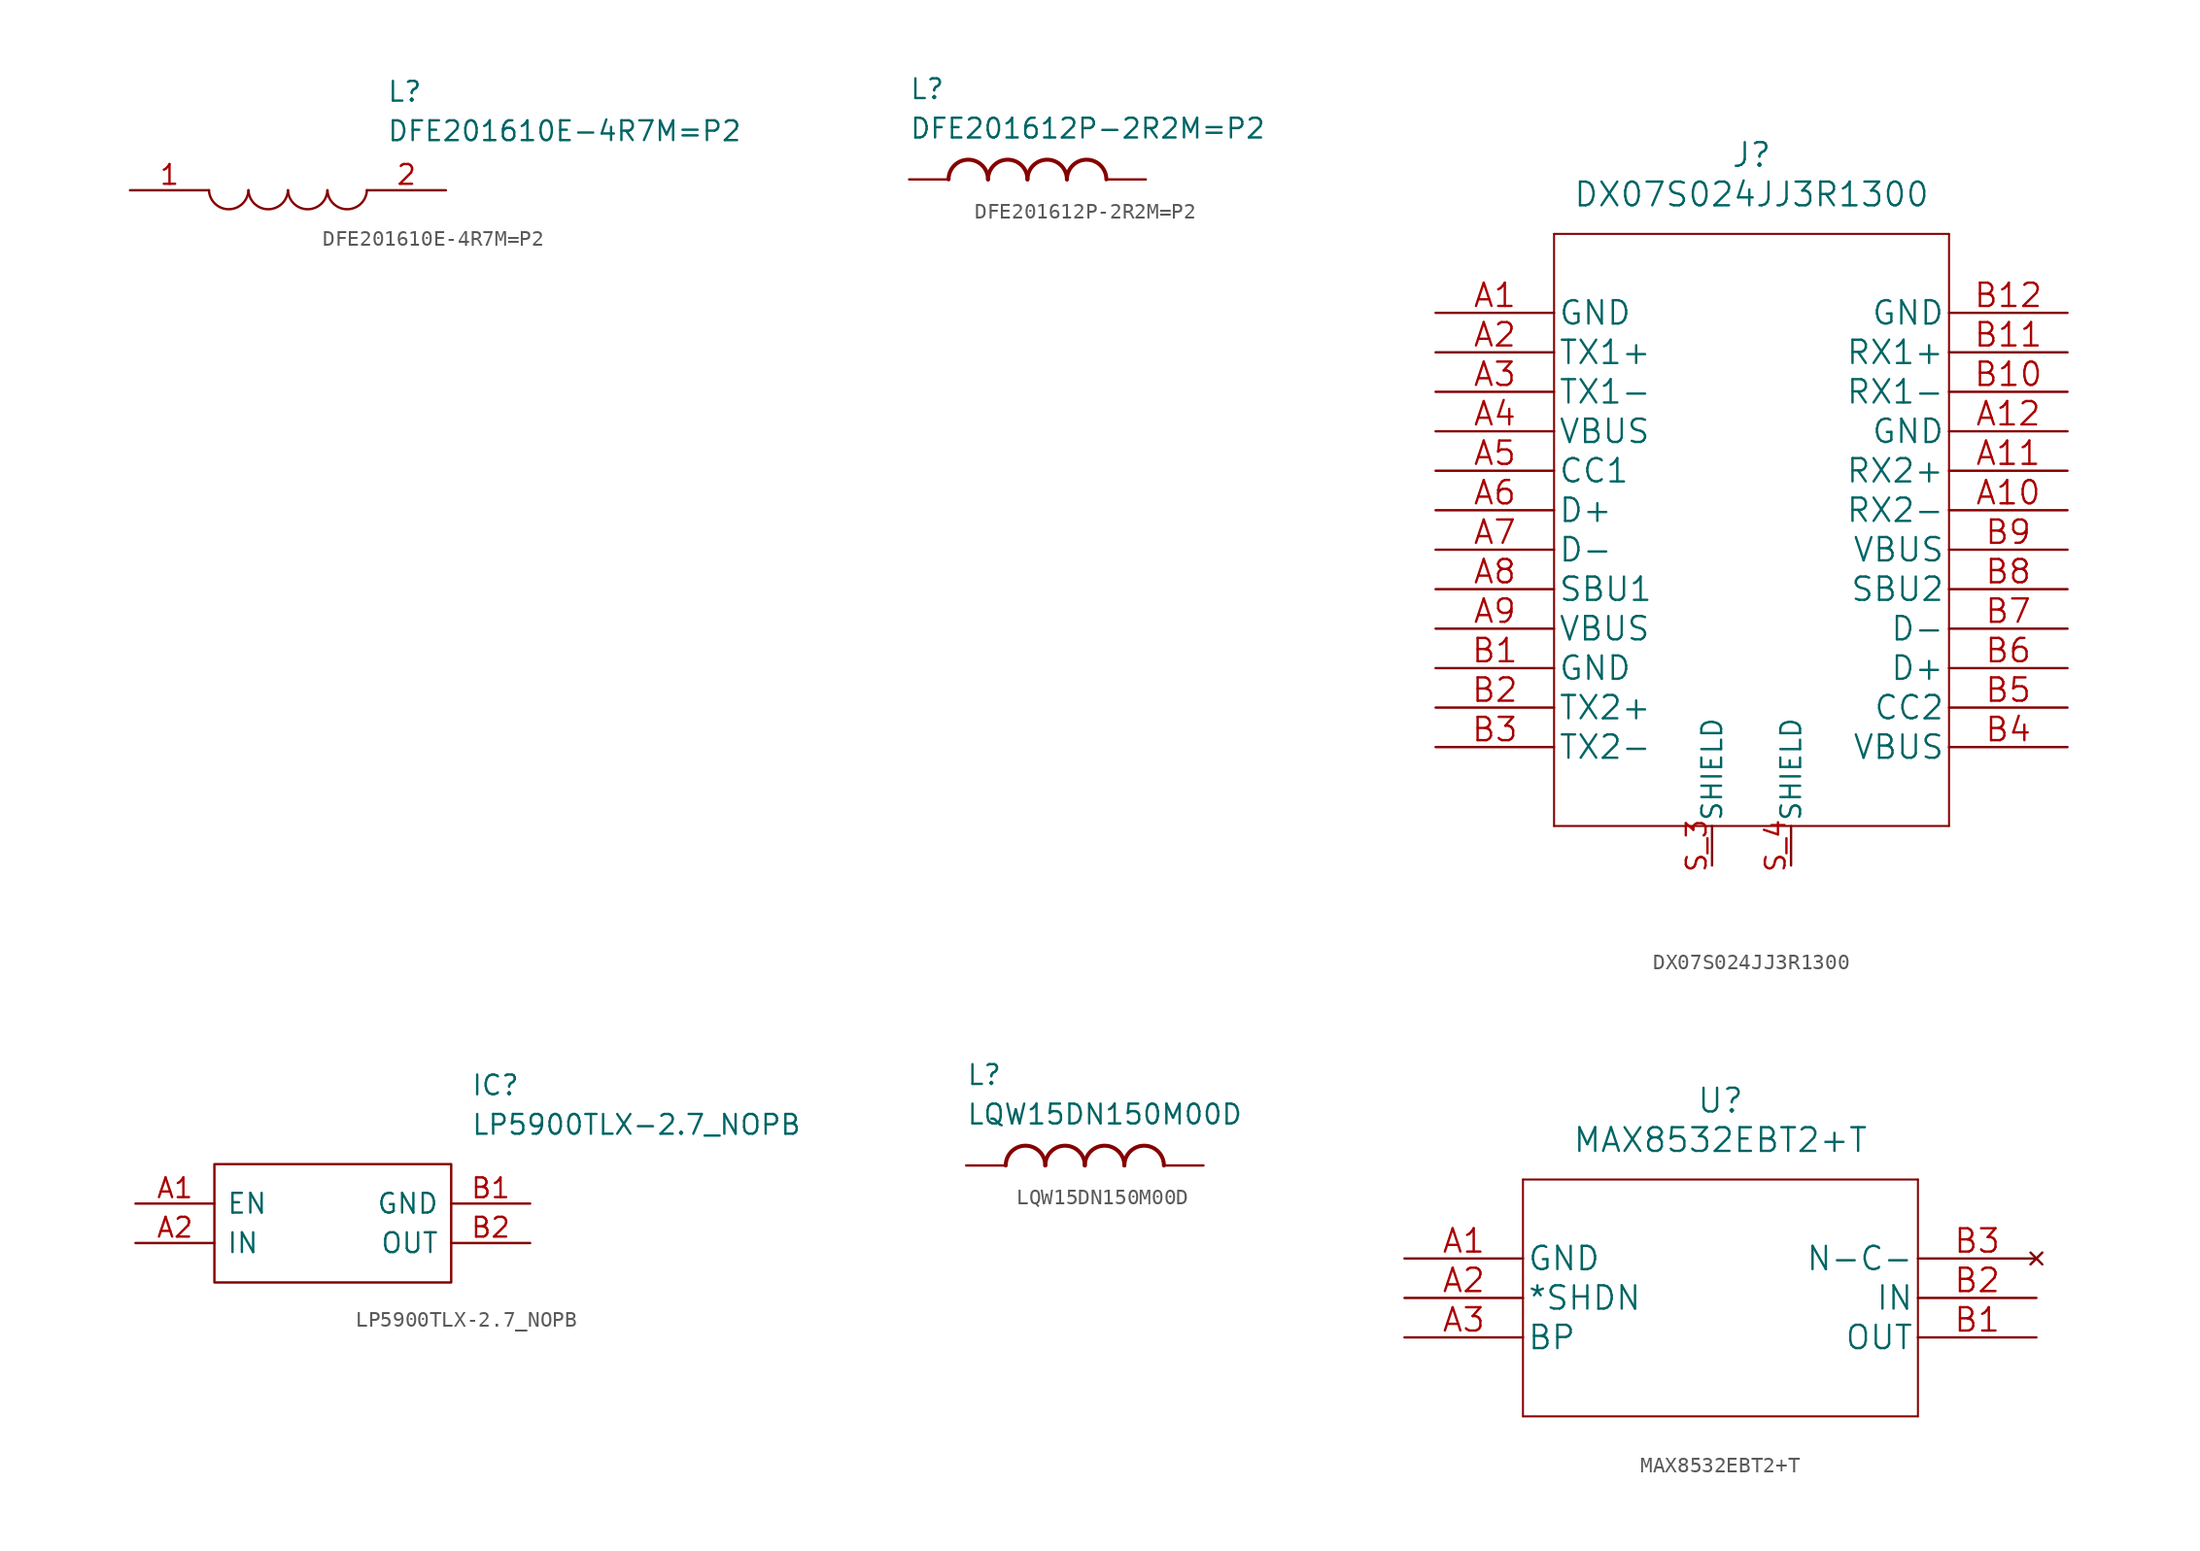
<source format=kicad_sym>
(kicad_symbol_lib
  (version 20211014)
  (generator kicad_symbol_editor)
  (symbol "DFE201610E-4R7M=P2"
    (pin_names
      (offset 0.762))
    (property "Reference" "L"
      (at 16.51 6.35 0)
      (effects (font (size 1.27 1.27)) (justify left)))
    (property "Value" "DFE201610E-4R7M=P2"
      (at 16.51 3.81 0)
      (effects (font (size 1.27 1.27)) (justify left)))
    (symbol "DFE201610E-4R7M=P2_0_0"
      (pin passive line (at 0 0 0) (length 5.08) (name "~" (effects (font (size 1.27 1.27)))) (number "1" (effects (font (size 1.27 1.27)))))
      (pin passive line (at 20.32 0 180) (length 5.08) (name "~" (effects (font (size 1.27 1.27)))) (number "2" (effects (font (size 1.27 1.27))))))
    (symbol "DFE201610E-4R7M=P2_0_1"
      (arc (start 5.08 0) (mid 6.35 -1.3218) (end 7.62 0) (stroke (width 0.1524) (type default) (color 0 0 0 0)) (fill (type none)))
      (arc (start 7.62 0) (mid 8.89 -1.3218) (end 10.16 0) (stroke (width 0.1524) (type default) (color 0 0 0 0)) (fill (type none)))
      (arc (start 10.16 0) (mid 11.43 -1.3218) (end 12.7 0) (stroke (width 0.1524) (type default) (color 0 0 0 0)) (fill (type none)))
      (arc (start 12.7 0) (mid 13.97 -1.3218) (end 15.24 0) (stroke (width 0.1524) (type default) (color 0 0 0 0)) (fill (type none)))))
  (symbol "DFE201612P-2R2M=P2"
    (pin_numbers hide)
    (pin_names
      (offset 1.016) hide)
    (property "Reference" "L"
      (at -7.62 5.08 0)
      (effects (font (size 1.27 1.27)) (justify left bottom)))
    (property "Value" "DFE201612P-2R2M=P2"
      (at -7.62 2.54 0)
      (effects (font (size 1.27 1.27)) (justify left bottom)))
    (symbol "DFE201612P-2R2M=P2_0_0"
      (arc (start -2.54 0) (mid -3.81 1.27) (end -5.08 0) (stroke (width 0.254) (type default) (color 0 0 0 0)) (fill (type none)))
      (arc (start 0 0) (mid -1.27 1.27) (end -2.54 0) (stroke (width 0.254) (type default) (color 0 0 0 0)) (fill (type none)))
      (arc (start 2.54 0) (mid 1.27 1.27) (end 0 0) (stroke (width 0.254) (type default) (color 0 0 0 0)) (fill (type none)))
      (arc (start 5.08 0) (mid 3.81 1.27) (end 2.54 0) (stroke (width 0.254) (type default) (color 0 0 0 0)) (fill (type none)))
      (pin passive line (at -7.62 0 0) (length 2.54) (name "~" (effects (font (size 1.016 1.016)))) (number "1" (effects (font (size 1.016 1.016)))))
      (pin passive line (at 7.62 0 180) (length 2.54) (name "~" (effects (font (size 1.016 1.016)))) (number "2" (effects (font (size 1.016 1.016)))))))
  (symbol "DX07S024JJ3R1300"
    (pin_names
      (offset 0.254))
    (property "Reference" "J"
      (at 20.32 10.16 0)
      (effects (font (size 1.524 1.524))))
    (property "Value" "DX07S024JJ3R1300"
      (at 20.32 7.62 0)
      (effects (font (size 1.524 1.524))))
    (property "Datasheet" ""
      (at 0 0 0)
      (effects (font (size 1.524 1.524))))
    (symbol "DX07S024JJ3R1300_1_1"
      (polyline (pts (xy 7.62 -33.02) (xy 33.02 -33.02)) (stroke (width 0.127) (type default) (color 0 0 0 0)) (fill (type none)))
      (polyline (pts (xy 7.62 5.08) (xy 7.62 -33.02)) (stroke (width 0.127) (type default) (color 0 0 0 0)) (fill (type none)))
      (polyline (pts (xy 33.02 -33.02) (xy 33.02 5.08)) (stroke (width 0.127) (type default) (color 0 0 0 0)) (fill (type none)))
      (polyline (pts (xy 33.02 5.08) (xy 7.62 5.08)) (stroke (width 0.127) (type default) (color 0 0 0 0)) (fill (type none)))
      (pin power_in line (at 0 0 0) (length 7.62) (name "GND" (effects (font (size 1.499 1.499)))) (number "A1" (effects (font (size 1.499 1.499)))))
      (pin bidirectional line (at 40.64 -12.7 180) (length 7.62) (name "RX2-" (effects (font (size 1.499 1.499)))) (number "A10" (effects (font (size 1.499 1.499)))))
      (pin bidirectional line (at 40.64 -10.16 180) (length 7.62) (name "RX2+" (effects (font (size 1.499 1.499)))) (number "A11" (effects (font (size 1.499 1.499)))))
      (pin power_in line (at 40.64 -7.62 180) (length 7.62) (name "GND" (effects (font (size 1.499 1.499)))) (number "A12" (effects (font (size 1.499 1.499)))))
      (pin bidirectional line (at 0 -2.54 0) (length 7.62) (name "TX1+" (effects (font (size 1.499 1.499)))) (number "A2" (effects (font (size 1.499 1.499)))))
      (pin bidirectional line (at 0 -5.08 0) (length 7.62) (name "TX1-" (effects (font (size 1.499 1.499)))) (number "A3" (effects (font (size 1.499 1.499)))))
      (pin power_in line (at 0 -7.62 0) (length 7.62) (name "VBUS" (effects (font (size 1.499 1.499)))) (number "A4" (effects (font (size 1.499 1.499)))))
      (pin bidirectional line (at 0 -10.16 0) (length 7.62) (name "CC1" (effects (font (size 1.499 1.499)))) (number "A5" (effects (font (size 1.499 1.499)))))
      (pin bidirectional line (at 0 -12.7 0) (length 7.62) (name "D+" (effects (font (size 1.499 1.499)))) (number "A6" (effects (font (size 1.499 1.499)))))
      (pin bidirectional line (at 0 -15.24 0) (length 7.62) (name "D-" (effects (font (size 1.499 1.499)))) (number "A7" (effects (font (size 1.499 1.499)))))
      (pin bidirectional line (at 0 -17.78 0) (length 7.62) (name "SBU1" (effects (font (size 1.499 1.499)))) (number "A8" (effects (font (size 1.499 1.499)))))
      (pin power_in line (at 0 -20.32 0) (length 7.62) (name "VBUS" (effects (font (size 1.499 1.499)))) (number "A9" (effects (font (size 1.499 1.499)))))
      (pin power_in line (at 0 -22.86 0) (length 7.62) (name "GND" (effects (font (size 1.499 1.499)))) (number "B1" (effects (font (size 1.499 1.499)))))
      (pin bidirectional line (at 40.64 -5.08 180) (length 7.62) (name "RX1-" (effects (font (size 1.499 1.499)))) (number "B10" (effects (font (size 1.499 1.499)))))
      (pin bidirectional line (at 40.64 -2.54 180) (length 7.62) (name "RX1+" (effects (font (size 1.499 1.499)))) (number "B11" (effects (font (size 1.499 1.499)))))
      (pin power_in line (at 40.64 0 180) (length 7.62) (name "GND" (effects (font (size 1.499 1.499)))) (number "B12" (effects (font (size 1.499 1.499)))))
      (pin bidirectional line (at 0 -25.4 0) (length 7.62) (name "TX2+" (effects (font (size 1.499 1.499)))) (number "B2" (effects (font (size 1.499 1.499)))))
      (pin bidirectional line (at 0 -27.94 0) (length 7.62) (name "TX2-" (effects (font (size 1.499 1.499)))) (number "B3" (effects (font (size 1.499 1.499)))))
      (pin power_in line (at 40.64 -27.94 180) (length 7.62) (name "VBUS" (effects (font (size 1.499 1.499)))) (number "B4" (effects (font (size 1.499 1.499)))))
      (pin bidirectional line (at 40.64 -25.4 180) (length 7.62) (name "CC2" (effects (font (size 1.499 1.499)))) (number "B5" (effects (font (size 1.499 1.499)))))
      (pin bidirectional line (at 40.64 -22.86 180) (length 7.62) (name "D+" (effects (font (size 1.499 1.499)))) (number "B6" (effects (font (size 1.499 1.499)))))
      (pin bidirectional line (at 40.64 -20.32 180) (length 7.62) (name "D-" (effects (font (size 1.499 1.499)))) (number "B7" (effects (font (size 1.499 1.499)))))
      (pin bidirectional line (at 40.64 -17.78 180) (length 7.62) (name "SBU2" (effects (font (size 1.499 1.499)))) (number "B8" (effects (font (size 1.499 1.499)))))
      (pin power_in line (at 40.64 -15.24 180) (length 7.62) (name "VBUS" (effects (font (size 1.499 1.499)))) (number "B9" (effects (font (size 1.499 1.499)))))
      (pin passive line (at 17.78 -35.56 90) (length 2.54) (name "SHIELD" (effects (font (size 1.27 1.27)))) (number "S_3" (effects (font (size 1.27 1.27)))))
      (pin passive line (at 22.86 -35.56 90) (length 2.54) (name "SHIELD" (effects (font (size 1.27 1.27)))) (number "S_4" (effects (font (size 1.27 1.27)))))))
  (symbol "LP5900TLX-2.7_NOPB"
    (pin_names
      (offset 0.762))
    (property "Reference" "IC"
      (at 21.59 7.62 0)
      (effects (font (size 1.27 1.27)) (justify left)))
    (property "Value" "LP5900TLX-2.7_NOPB"
      (at 21.59 5.08 0)
      (effects (font (size 1.27 1.27)) (justify left)))
    (symbol "LP5900TLX-2.7_NOPB_0_0"
      (pin input line (at 0 0 0) (length 5.08) (name "EN" (effects (font (size 1.27 1.27)))) (number "A1" (effects (font (size 1.27 1.27)))))
      (pin power_in line (at 0 -2.54 0) (length 5.08) (name "IN" (effects (font (size 1.27 1.27)))) (number "A2" (effects (font (size 1.27 1.27)))))
      (pin passive line (at 25.4 0 180) (length 5.08) (name "GND" (effects (font (size 1.27 1.27)))) (number "B1" (effects (font (size 1.27 1.27)))))
      (pin power_out line (at 25.4 -2.54 180) (length 5.08) (name "OUT" (effects (font (size 1.27 1.27)))) (number "B2" (effects (font (size 1.27 1.27))))))
    (symbol "LP5900TLX-2.7_NOPB_0_1"
      (polyline (pts (xy 5.08 2.54) (xy 20.32 2.54) (xy 20.32 -5.08) (xy 5.08 -5.08) (xy 5.08 2.54)) (stroke (width 0.152) (type default) (color 0 0 0 0)) (fill (type none)))))
  (symbol "LQW15DN150M00D"
    (pin_numbers hide)
    (pin_names
      (offset 1.016) hide)
    (property "Reference" "L"
      (at -7.62 5.08 0)
      (effects (font (size 1.27 1.27)) (justify left bottom)))
    (property "Value" "LQW15DN150M00D"
      (at -7.62 2.54 0)
      (effects (font (size 1.27 1.27)) (justify left bottom)))
    (symbol "LQW15DN150M00D_0_0"
      (arc (start -2.54 0) (mid -3.81 1.27) (end -5.08 0) (stroke (width 0.254) (type default) (color 0 0 0 0)) (fill (type none)))
      (arc (start 0 0) (mid -1.27 1.27) (end -2.54 0) (stroke (width 0.254) (type default) (color 0 0 0 0)) (fill (type none)))
      (arc (start 2.54 0) (mid 1.27 1.27) (end 0 0) (stroke (width 0.254) (type default) (color 0 0 0 0)) (fill (type none)))
      (arc (start 5.08 0) (mid 3.81 1.27) (end 2.54 0) (stroke (width 0.254) (type default) (color 0 0 0 0)) (fill (type none)))
      (pin passive line (at -7.62 0 0) (length 2.54) (name "~" (effects (font (size 1.016 1.016)))) (number "1" (effects (font (size 1.016 1.016)))))
      (pin passive line (at 7.62 0 180) (length 2.54) (name "~" (effects (font (size 1.016 1.016)))) (number "2" (effects (font (size 1.016 1.016)))))))
  (symbol "MAX8532EBT2+T"
    (pin_names
      (offset 0.254))
    (property "Reference" "U"
      (at 20.32 10.16 0)
      (effects (font (size 1.524 1.524))))
    (property "Value" "MAX8532EBT2+T"
      (at 20.32 7.62 0)
      (effects (font (size 1.524 1.524))))
    (property "Datasheet" ""
      (at 0 0 0)
      (effects (font (size 1.524 1.524))))
    (symbol "MAX8532EBT2+T_1_1"
      (polyline (pts (xy 7.62 -10.16) (xy 33.02 -10.16)) (stroke (width 0.127) (type default) (color 0 0 0 0)) (fill (type none)))
      (polyline (pts (xy 7.62 5.08) (xy 7.62 -10.16)) (stroke (width 0.127) (type default) (color 0 0 0 0)) (fill (type none)))
      (polyline (pts (xy 33.02 -10.16) (xy 33.02 5.08)) (stroke (width 0.127) (type default) (color 0 0 0 0)) (fill (type none)))
      (polyline (pts (xy 33.02 5.08) (xy 7.62 5.08)) (stroke (width 0.127) (type default) (color 0 0 0 0)) (fill (type none)))
      (pin power_in line (at 0 0 0) (length 7.62) (name "GND" (effects (font (size 1.499 1.499)))) (number "A1" (effects (font (size 1.499 1.499)))))
      (pin input line (at 0 -2.54 0) (length 7.62) (name "*SHDN" (effects (font (size 1.499 1.499)))) (number "A2" (effects (font (size 1.499 1.499)))))
      (pin passive line (at 0 -5.08 0) (length 7.62) (name "BP" (effects (font (size 1.499 1.499)))) (number "A3" (effects (font (size 1.499 1.499)))))
      (pin output line (at 40.64 -5.08 180) (length 7.62) (name "OUT" (effects (font (size 1.499 1.499)))) (number "B1" (effects (font (size 1.499 1.499)))))
      (pin input line (at 40.64 -2.54 180) (length 7.62) (name "IN" (effects (font (size 1.499 1.499)))) (number "B2" (effects (font (size 1.499 1.499)))))
      (pin no_connect line (at 40.64 0 180) (length 7.62) (name "N-C-" (effects (font (size 1.499 1.499)))) (number "B3" (effects (font (size 1.499 1.499))))))))
</source>
